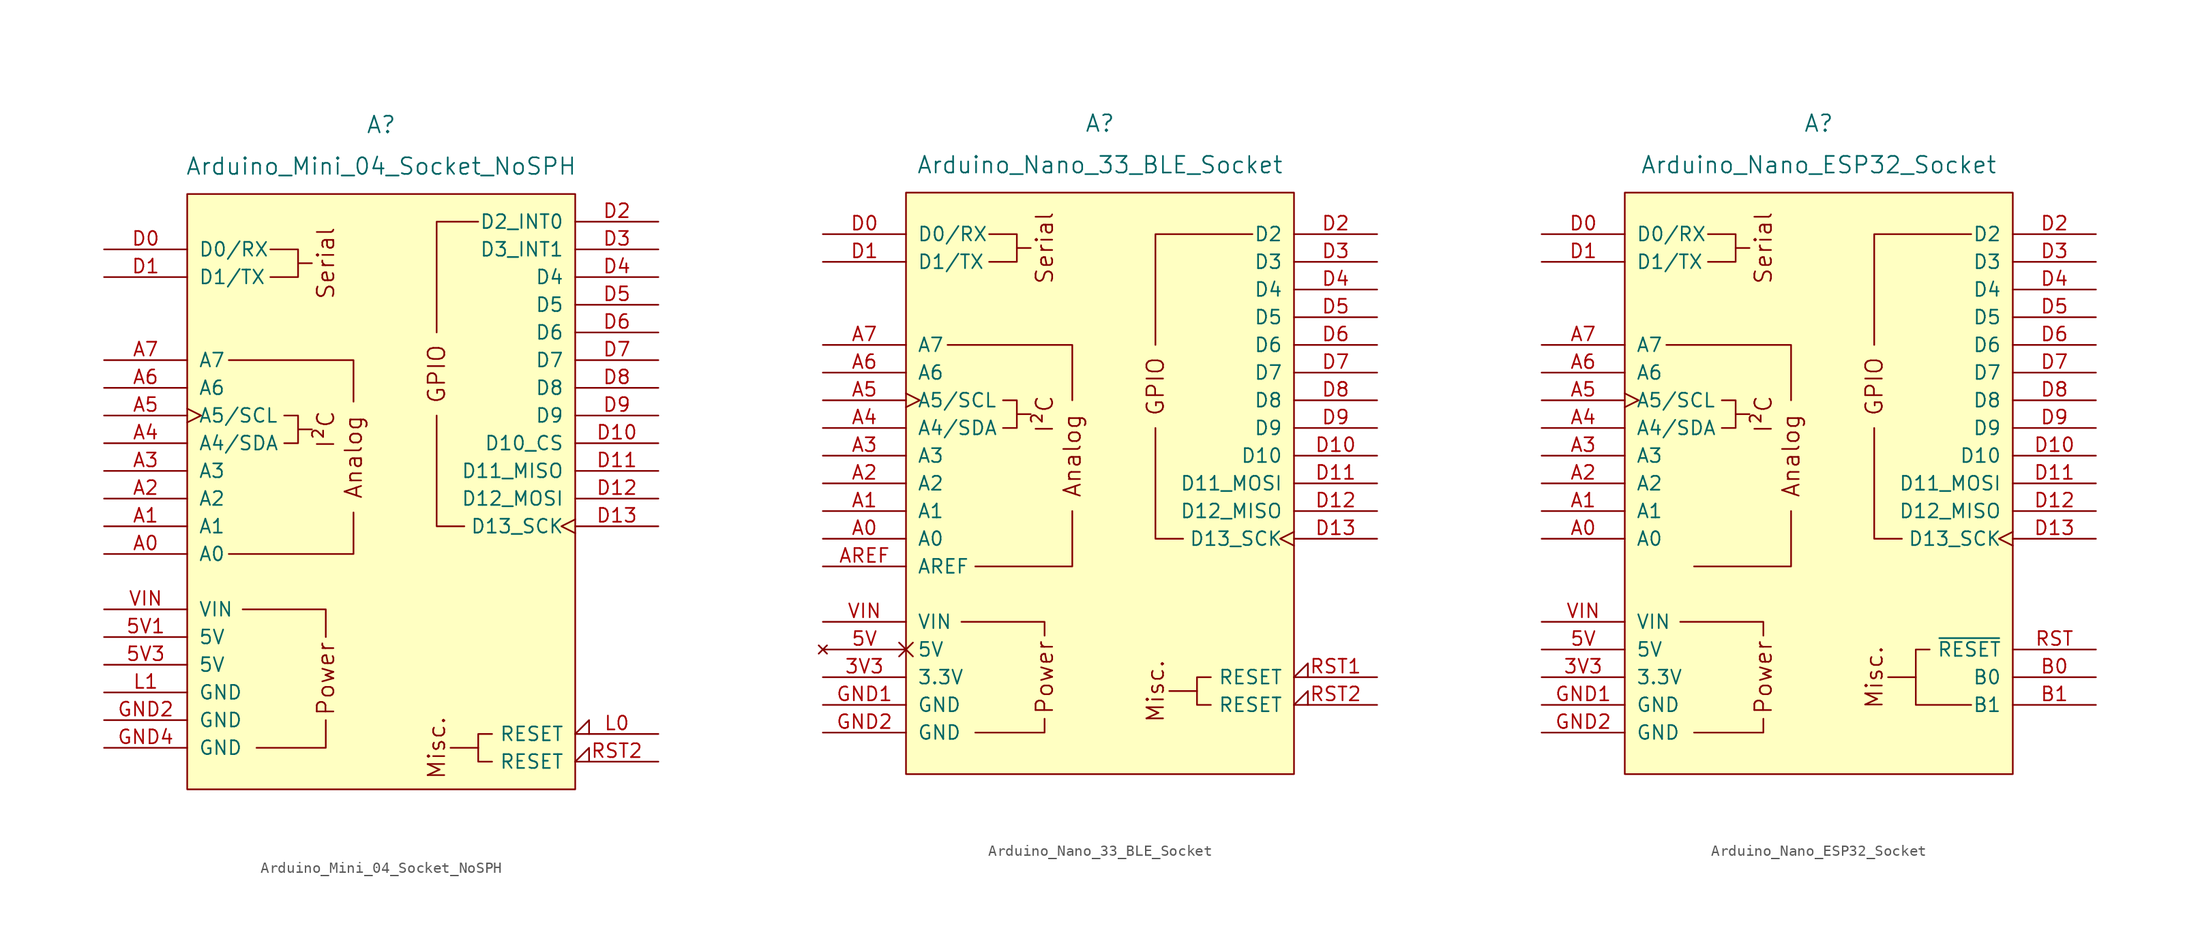
<source format=kicad_sym>
(kicad_symbol_lib
  (version 20211014)
  (generator kicad_symbol_editor)
  (symbol "Arduino_Mini_04_Socket_NoSPH"
    (pin_names
      (offset 1.016))
    (property "Reference" "A"
      (at 0 34.29 0)
      (effects (font (size 1.524 1.524))))
    (property "Value" "Arduino_Mini_04_Socket_NoSPH"
      (at 0 30.48 0)
      (effects (font (size 1.524 1.524))))
    (symbol "Arduino_Mini_04_Socket_NoSPH_0_0"
      (rectangle (start -17.78 27.94) (end 17.78 -26.67) (stroke (width 0) (type default) (color 0 0 0 0)) (fill (type background)))
      (polyline (pts (xy -7.62 6.35) (xy -6.35 6.35)) (stroke (width 0) (type default) (color 0 0 0 0)) (fill (type none)))
      (polyline (pts (xy -7.62 21.59) (xy -6.35 21.59)) (stroke (width 0) (type default) (color 0 0 0 0)) (fill (type none)))
      (polyline (pts (xy 8.89 -22.86) (xy 6.35 -22.86)) (stroke (width 0) (type default) (color 0 0 0 0)) (fill (type none)))
      (polyline (pts (xy -11.43 -22.86) (xy -5.08 -22.86) (xy -5.08 -20.32)) (stroke (width 0) (type default) (color 0 0 0 0)) (fill (type none)))
      (polyline (pts (xy -5.08 -12.7) (xy -5.08 -10.16) (xy -12.7 -10.16)) (stroke (width 0) (type default) (color 0 0 0 0)) (fill (type none)))
      (polyline (pts (xy -2.54 -1.27) (xy -2.54 -5.08) (xy -13.97 -5.08)) (stroke (width 0) (type default) (color 0 0 0 0)) (fill (type none)))
      (polyline (pts (xy -2.54 8.89) (xy -2.54 12.7) (xy -13.97 12.7)) (stroke (width 0) (type default) (color 0 0 0 0)) (fill (type none)))
      (polyline (pts (xy -10.16 22.86) (xy -7.62 22.86) (xy -7.62 20.32) (xy -10.16 20.32)) (stroke (width 0) (type default) (color 0 0 0 0)) (fill (type none)))
      (polyline (pts (xy -8.89 7.62) (xy -7.62 7.62) (xy -7.62 5.08) (xy -8.89 5.08)) (stroke (width 0) (type default) (color 0 0 0 0)) (fill (type none)))
      (text "Analog" (at -2.54 3.81 900) (effects (font (size 1.524 1.524))))
      (text "I²C" (at -5.08 6.35 900) (effects (font (size 1.524 1.524))))
      (text "Misc." (at 5.08 -22.86 900) (effects (font (size 1.524 1.524))))
      (text "Power" (at -5.08 -16.51 900) (effects (font (size 1.524 1.524))))
      (text "Serial" (at -5.08 21.59 900) (effects (font (size 1.524 1.524)))))
    (symbol "Arduino_Mini_04_Socket_NoSPH_0_1"
      (polyline (pts (xy 7.62 -2.54) (xy 5.08 -2.54) (xy 5.08 7.62)) (stroke (width 0) (type default) (color 0 0 0 0)) (fill (type none)))
      (polyline (pts (xy 8.89 25.4) (xy 5.08 25.4) (xy 5.08 15.24)) (stroke (width 0) (type default) (color 0 0 0 0)) (fill (type none)))
      (polyline (pts (xy 10.16 -21.59) (xy 8.89 -21.59) (xy 8.89 -24.13) (xy 10.16 -24.13)) (stroke (width 0) (type default) (color 0 0 0 0)) (fill (type none))))
    (symbol "Arduino_Mini_04_Socket_NoSPH_1_0"
      (text "GPIO" (at 5.08 11.43 900) (effects (font (size 1.524 1.524)))))
    (symbol "Arduino_Mini_04_Socket_NoSPH_1_1"
      (pin power_in line (at -25.4 -12.7 0) (length 7.62) (name "5V" (effects (font (size 1.27 1.27)))) (number "5V1" (effects (font (size 1.27 1.27)))))
      (pin power_in line (at -25.4 -15.24 0) (length 7.62) (name "5V" (effects (font (size 1.27 1.27)))) (number "5V3" (effects (font (size 1.27 1.27)))))
      (pin bidirectional line (at -25.4 -5.08 0) (length 7.62) (name "A0" (effects (font (size 1.27 1.27)))) (number "A0" (effects (font (size 1.27 1.27)))))
      (pin bidirectional line (at -25.4 -2.54 0) (length 7.62) (name "A1" (effects (font (size 1.27 1.27)))) (number "A1" (effects (font (size 1.27 1.27)))))
      (pin bidirectional line (at -25.4 0 0) (length 7.62) (name "A2" (effects (font (size 1.27 1.27)))) (number "A2" (effects (font (size 1.27 1.27)))))
      (pin bidirectional line (at -25.4 2.54 0) (length 7.62) (name "A3" (effects (font (size 1.27 1.27)))) (number "A3" (effects (font (size 1.27 1.27)))))
      (pin bidirectional line (at -25.4 5.08 0) (length 7.62) (name "A4/SDA" (effects (font (size 1.27 1.27)))) (number "A4" (effects (font (size 1.27 1.27)))))
      (pin bidirectional clock (at -25.4 7.62 0) (length 7.62) (name "A5/SCL" (effects (font (size 1.27 1.27)))) (number "A5" (effects (font (size 1.27 1.27)))))
      (pin input line (at -25.4 10.16 0) (length 7.62) (name "A6" (effects (font (size 1.27 1.27)))) (number "A6" (effects (font (size 1.27 1.27)))))
      (pin input line (at -25.4 12.7 0) (length 7.62) (name "A7" (effects (font (size 1.27 1.27)))) (number "A7" (effects (font (size 1.27 1.27)))))
      (pin bidirectional line (at -25.4 22.86 0) (length 7.62) (name "D0/RX" (effects (font (size 1.27 1.27)))) (number "D0" (effects (font (size 1.27 1.27)))))
      (pin bidirectional line (at -25.4 20.32 0) (length 7.62) (name "D1/TX" (effects (font (size 1.27 1.27)))) (number "D1" (effects (font (size 1.27 1.27)))))
      (pin bidirectional line (at 25.4 5.08 180) (length 7.62) (name "D10_CS" (effects (font (size 1.27 1.27)))) (number "D10" (effects (font (size 1.27 1.27)))))
      (pin bidirectional line (at 25.4 2.54 180) (length 7.62) (name "D11_MISO" (effects (font (size 1.27 1.27)))) (number "D11" (effects (font (size 1.27 1.27)))))
      (pin bidirectional line (at 25.4 0 180) (length 7.62) (name "D12_MOSI" (effects (font (size 1.27 1.27)))) (number "D12" (effects (font (size 1.27 1.27)))))
      (pin bidirectional clock (at 25.4 -2.54 180) (length 7.62) (name "D13_SCK" (effects (font (size 1.27 1.27)))) (number "D13" (effects (font (size 1.27 1.27)))))
      (pin bidirectional line (at 25.4 25.4 180) (length 7.62) (name "D2_INT0" (effects (font (size 1.27 1.27)))) (number "D2" (effects (font (size 1.27 1.27)))))
      (pin bidirectional line (at 25.4 22.86 180) (length 7.62) (name "D3_INT1" (effects (font (size 1.27 1.27)))) (number "D3" (effects (font (size 1.27 1.27)))))
      (pin bidirectional line (at 25.4 20.32 180) (length 7.62) (name "D4" (effects (font (size 1.27 1.27)))) (number "D4" (effects (font (size 1.27 1.27)))))
      (pin bidirectional line (at 25.4 17.78 180) (length 7.62) (name "D5" (effects (font (size 1.27 1.27)))) (number "D5" (effects (font (size 1.27 1.27)))))
      (pin bidirectional line (at 25.4 15.24 180) (length 7.62) (name "D6" (effects (font (size 1.27 1.27)))) (number "D6" (effects (font (size 1.27 1.27)))))
      (pin bidirectional line (at 25.4 12.7 180) (length 7.62) (name "D7" (effects (font (size 1.27 1.27)))) (number "D7" (effects (font (size 1.27 1.27)))))
      (pin bidirectional line (at 25.4 10.16 180) (length 7.62) (name "D8" (effects (font (size 1.27 1.27)))) (number "D8" (effects (font (size 1.27 1.27)))))
      (pin bidirectional line (at 25.4 7.62 180) (length 7.62) (name "D9" (effects (font (size 1.27 1.27)))) (number "D9" (effects (font (size 1.27 1.27)))))
      (pin power_in line (at -25.4 -20.32 0) (length 7.62) (name "GND" (effects (font (size 1.27 1.27)))) (number "GND2" (effects (font (size 1.27 1.27)))))
      (pin power_in line (at -25.4 -22.86 0) (length 7.62) (name "GND" (effects (font (size 1.27 1.27)))) (number "GND4" (effects (font (size 1.27 1.27)))))
      (pin open_collector input_low (at 25.4 -21.59 180) (length 7.62) (name "RESET" (effects (font (size 1.27 1.27)))) (number "L0" (effects (font (size 1.27 1.27)))))
      (pin power_in line (at -25.4 -17.78 0) (length 7.62) (name "GND" (effects (font (size 1.27 1.27)))) (number "L1" (effects (font (size 1.27 1.27)))))
      (pin open_collector input_low (at 25.4 -24.13 180) (length 7.62) (name "RESET" (effects (font (size 1.27 1.27)))) (number "RST2" (effects (font (size 1.27 1.27)))))
      (pin power_in line (at -25.4 -10.16 0) (length 7.62) (name "VIN" (effects (font (size 1.27 1.27)))) (number "VIN" (effects (font (size 1.27 1.27)))))))
  (symbol "Arduino_Nano_33_BLE_Socket"
    (pin_names
      (offset 1.016))
    (property "Reference" "A"
      (at 0 33.02 0)
      (effects (font (size 1.524 1.524))))
    (property "Value" "Arduino_Nano_33_BLE_Socket"
      (at 0 29.21 0)
      (effects (font (size 1.524 1.524))))
    (symbol "Arduino_Nano_33_BLE_Socket_0_0"
      (rectangle (start -17.78 26.67) (end 17.78 -26.67) (stroke (width 0) (type default) (color 0 0 0 0)) (fill (type background)))
      (polyline (pts (xy -7.62 6.35) (xy -6.35 6.35)) (stroke (width 0) (type default) (color 0 0 0 0)) (fill (type none)))
      (polyline (pts (xy -7.62 21.59) (xy -6.35 21.59)) (stroke (width 0) (type default) (color 0 0 0 0)) (fill (type none)))
      (polyline (pts (xy 8.89 -19.05) (xy 6.35 -19.05)) (stroke (width 0) (type default) (color 0 0 0 0)) (fill (type none)))
      (polyline (pts (xy -11.43 -22.86) (xy -5.08 -22.86) (xy -5.08 -21.59)) (stroke (width 0) (type default) (color 0 0 0 0)) (fill (type none)))
      (polyline (pts (xy -5.08 -13.97) (xy -5.08 -12.7) (xy -12.7 -12.7)) (stroke (width 0) (type default) (color 0 0 0 0)) (fill (type none)))
      (polyline (pts (xy -10.16 22.86) (xy -7.62 22.86) (xy -7.62 20.32) (xy -10.16 20.32)) (stroke (width 0) (type default) (color 0 0 0 0)) (fill (type none)))
      (polyline (pts (xy -8.89 7.62) (xy -7.62 7.62) (xy -7.62 5.08) (xy -8.89 5.08)) (stroke (width 0) (type default) (color 0 0 0 0)) (fill (type none)))
      (text "Analog" (at -2.54 2.54 900) (effects (font (size 1.524 1.524))))
      (text "I²C" (at -5.08 6.35 900) (effects (font (size 1.524 1.524))))
      (text "Misc." (at 5.08 -19.05 900) (effects (font (size 1.524 1.524))))
      (text "Power" (at -5.08 -17.78 900) (effects (font (size 1.524 1.524))))
      (text "Serial" (at -5.08 21.59 900) (effects (font (size 1.524 1.524)))))
    (symbol "Arduino_Nano_33_BLE_Socket_0_1"
      (polyline (pts (xy -13.97 12.7) (xy -2.54 12.7) (xy -2.54 7.62)) (stroke (width 0) (type default) (color 0 0 0 0)) (fill (type none)))
      (polyline (pts (xy -11.43 -7.62) (xy -2.54 -7.62) (xy -2.54 -2.54)) (stroke (width 0) (type default) (color 0 0 0 0)) (fill (type none)))
      (polyline (pts (xy 7.62 -5.08) (xy 5.08 -5.08) (xy 5.08 5.08)) (stroke (width 0) (type default) (color 0 0 0 0)) (fill (type none)))
      (polyline (pts (xy 13.97 22.86) (xy 5.08 22.86) (xy 5.08 12.7)) (stroke (width 0) (type default) (color 0 0 0 0)) (fill (type none)))
      (polyline (pts (xy 10.16 -17.78) (xy 8.89 -17.78) (xy 8.89 -20.32) (xy 10.16 -20.32)) (stroke (width 0) (type default) (color 0 0 0 0)) (fill (type none))))
    (symbol "Arduino_Nano_33_BLE_Socket_1_0"
      (text "GPIO" (at 5.08 8.89 900) (effects (font (size 1.524 1.524)))))
    (symbol "Arduino_Nano_33_BLE_Socket_1_1"
      (pin power_in line (at -25.4 -17.78 0) (length 7.62) (name "3.3V" (effects (font (size 1.27 1.27)))) (number "3V3" (effects (font (size 1.27 1.27)))))
      (pin no_connect non_logic (at -25.4 -15.24 0) (length 7.62) (name "5V" (effects (font (size 1.27 1.27)))) (number "5V" (effects (font (size 1.27 1.27)))))
      (pin bidirectional line (at -25.4 -5.08 0) (length 7.62) (name "A0" (effects (font (size 1.27 1.27)))) (number "A0" (effects (font (size 1.27 1.27)))))
      (pin bidirectional line (at -25.4 -2.54 0) (length 7.62) (name "A1" (effects (font (size 1.27 1.27)))) (number "A1" (effects (font (size 1.27 1.27)))))
      (pin bidirectional line (at -25.4 0 0) (length 7.62) (name "A2" (effects (font (size 1.27 1.27)))) (number "A2" (effects (font (size 1.27 1.27)))))
      (pin bidirectional line (at -25.4 2.54 0) (length 7.62) (name "A3" (effects (font (size 1.27 1.27)))) (number "A3" (effects (font (size 1.27 1.27)))))
      (pin bidirectional line (at -25.4 5.08 0) (length 7.62) (name "A4/SDA" (effects (font (size 1.27 1.27)))) (number "A4" (effects (font (size 1.27 1.27)))))
      (pin bidirectional clock (at -25.4 7.62 0) (length 7.62) (name "A5/SCL" (effects (font (size 1.27 1.27)))) (number "A5" (effects (font (size 1.27 1.27)))))
      (pin input line (at -25.4 10.16 0) (length 7.62) (name "A6" (effects (font (size 1.27 1.27)))) (number "A6" (effects (font (size 1.27 1.27)))))
      (pin input line (at -25.4 12.7 0) (length 7.62) (name "A7" (effects (font (size 1.27 1.27)))) (number "A7" (effects (font (size 1.27 1.27)))))
      (pin input line (at -25.4 -7.62 0) (length 7.62) (name "AREF" (effects (font (size 1.27 1.27)))) (number "AREF" (effects (font (size 1.27 1.27)))))
      (pin bidirectional line (at -25.4 22.86 0) (length 7.62) (name "D0/RX" (effects (font (size 1.27 1.27)))) (number "D0" (effects (font (size 1.27 1.27)))))
      (pin bidirectional line (at -25.4 20.32 0) (length 7.62) (name "D1/TX" (effects (font (size 1.27 1.27)))) (number "D1" (effects (font (size 1.27 1.27)))))
      (pin bidirectional line (at 25.4 2.54 180) (length 7.62) (name "D10" (effects (font (size 1.27 1.27)))) (number "D10" (effects (font (size 1.27 1.27)))))
      (pin bidirectional line (at 25.4 0 180) (length 7.62) (name "D11_MOSI" (effects (font (size 1.27 1.27)))) (number "D11" (effects (font (size 1.27 1.27)))))
      (pin bidirectional line (at 25.4 -2.54 180) (length 7.62) (name "D12_MISO" (effects (font (size 1.27 1.27)))) (number "D12" (effects (font (size 1.27 1.27)))))
      (pin bidirectional clock (at 25.4 -5.08 180) (length 7.62) (name "D13_SCK" (effects (font (size 1.27 1.27)))) (number "D13" (effects (font (size 1.27 1.27)))))
      (pin bidirectional line (at 25.4 22.86 180) (length 7.62) (name "D2" (effects (font (size 1.27 1.27)))) (number "D2" (effects (font (size 1.27 1.27)))))
      (pin bidirectional line (at 25.4 20.32 180) (length 7.62) (name "D3" (effects (font (size 1.27 1.27)))) (number "D3" (effects (font (size 1.27 1.27)))))
      (pin bidirectional line (at 25.4 17.78 180) (length 7.62) (name "D4" (effects (font (size 1.27 1.27)))) (number "D4" (effects (font (size 1.27 1.27)))))
      (pin bidirectional line (at 25.4 15.24 180) (length 7.62) (name "D5" (effects (font (size 1.27 1.27)))) (number "D5" (effects (font (size 1.27 1.27)))))
      (pin bidirectional line (at 25.4 12.7 180) (length 7.62) (name "D6" (effects (font (size 1.27 1.27)))) (number "D6" (effects (font (size 1.27 1.27)))))
      (pin bidirectional line (at 25.4 10.16 180) (length 7.62) (name "D7" (effects (font (size 1.27 1.27)))) (number "D7" (effects (font (size 1.27 1.27)))))
      (pin bidirectional line (at 25.4 7.62 180) (length 7.62) (name "D8" (effects (font (size 1.27 1.27)))) (number "D8" (effects (font (size 1.27 1.27)))))
      (pin bidirectional line (at 25.4 5.08 180) (length 7.62) (name "D9" (effects (font (size 1.27 1.27)))) (number "D9" (effects (font (size 1.27 1.27)))))
      (pin power_in line (at -25.4 -20.32 0) (length 7.62) (name "GND" (effects (font (size 1.27 1.27)))) (number "GND1" (effects (font (size 1.27 1.27)))))
      (pin power_in line (at -25.4 -22.86 0) (length 7.62) (name "GND" (effects (font (size 1.27 1.27)))) (number "GND2" (effects (font (size 1.27 1.27)))))
      (pin open_collector input_low (at 25.4 -17.78 180) (length 7.62) (name "RESET" (effects (font (size 1.27 1.27)))) (number "RST1" (effects (font (size 1.27 1.27)))))
      (pin open_collector input_low (at 25.4 -20.32 180) (length 7.62) (name "RESET" (effects (font (size 1.27 1.27)))) (number "RST2" (effects (font (size 1.27 1.27)))))
      (pin power_in line (at -25.4 -12.7 0) (length 7.62) (name "VIN" (effects (font (size 1.27 1.27)))) (number "VIN" (effects (font (size 1.27 1.27)))))))
  (symbol "Arduino_Nano_ESP32_Socket"
    (pin_names
      (offset 1.016))
    (property "Reference" "A"
      (at 0 33.02 0)
      (effects (font (size 1.524 1.524))))
    (property "Value" "Arduino_Nano_ESP32_Socket"
      (at 0 29.21 0)
      (effects (font (size 1.524 1.524))))
    (symbol "Arduino_Nano_ESP32_Socket_0_0"
      (rectangle (start -17.78 26.67) (end 17.78 -26.67) (stroke (width 0) (type default) (color 0 0 0 0)) (fill (type background)))
      (polyline (pts (xy -7.62 6.35) (xy -6.35 6.35)) (stroke (width 0) (type default) (color 0 0 0 0)) (fill (type none)))
      (polyline (pts (xy -7.62 21.59) (xy -6.35 21.59)) (stroke (width 0) (type default) (color 0 0 0 0)) (fill (type none)))
      (polyline (pts (xy 8.89 -17.78) (xy 6.35 -17.78)) (stroke (width 0) (type default) (color 0 0 0 0)) (fill (type none)))
      (polyline (pts (xy -11.43 -22.86) (xy -5.08 -22.86) (xy -5.08 -21.59)) (stroke (width 0) (type default) (color 0 0 0 0)) (fill (type none)))
      (polyline (pts (xy -5.08 -13.97) (xy -5.08 -12.7) (xy -12.7 -12.7)) (stroke (width 0) (type default) (color 0 0 0 0)) (fill (type none)))
      (polyline (pts (xy -10.16 22.86) (xy -7.62 22.86) (xy -7.62 20.32) (xy -10.16 20.32)) (stroke (width 0) (type default) (color 0 0 0 0)) (fill (type none)))
      (polyline (pts (xy -8.89 7.62) (xy -7.62 7.62) (xy -7.62 5.08) (xy -8.89 5.08)) (stroke (width 0) (type default) (color 0 0 0 0)) (fill (type none)))
      (text "Analog" (at -2.54 2.54 900) (effects (font (size 1.524 1.524))))
      (text "I²C" (at -5.08 6.35 900) (effects (font (size 1.524 1.524))))
      (text "Misc." (at 5.08 -17.78 900) (effects (font (size 1.524 1.524))))
      (text "Power" (at -5.08 -17.78 900) (effects (font (size 1.524 1.524))))
      (text "Serial" (at -5.08 21.59 900) (effects (font (size 1.524 1.524)))))
    (symbol "Arduino_Nano_ESP32_Socket_0_1"
      (polyline (pts (xy -13.97 12.7) (xy -2.54 12.7) (xy -2.54 7.62)) (stroke (width 0) (type default) (color 0 0 0 0)) (fill (type none)))
      (polyline (pts (xy -11.43 -7.62) (xy -2.54 -7.62) (xy -2.54 -2.54)) (stroke (width 0) (type default) (color 0 0 0 0)) (fill (type none)))
      (polyline (pts (xy 7.62 -5.08) (xy 5.08 -5.08) (xy 5.08 5.08)) (stroke (width 0) (type default) (color 0 0 0 0)) (fill (type none)))
      (polyline (pts (xy 13.97 22.86) (xy 5.08 22.86) (xy 5.08 12.7)) (stroke (width 0) (type default) (color 0 0 0 0)) (fill (type none)))
      (polyline (pts (xy 10.16 -15.24) (xy 8.89 -15.24) (xy 8.89 -20.32) (xy 13.97 -20.32)) (stroke (width 0) (type default) (color 0 0 0 0)) (fill (type none))))
    (symbol "Arduino_Nano_ESP32_Socket_1_0"
      (text "GPIO" (at 5.08 8.89 900) (effects (font (size 1.524 1.524)))))
    (symbol "Arduino_Nano_ESP32_Socket_1_1"
      (pin power_out line (at -25.4 -17.78 0) (length 7.62) (name "3.3V" (effects (font (size 1.27 1.27)))) (number "3V3" (effects (font (size 1.27 1.27)))))
      (pin power_in line (at -25.4 -15.24 0) (length 7.62) (name "5V" (effects (font (size 1.27 1.27)))) (number "5V" (effects (font (size 1.27 1.27)))))
      (pin bidirectional line (at -25.4 -5.08 0) (length 7.62) (name "A0" (effects (font (size 1.27 1.27)))) (number "A0" (effects (font (size 1.27 1.27)))))
      (pin bidirectional line (at -25.4 -2.54 0) (length 7.62) (name "A1" (effects (font (size 1.27 1.27)))) (number "A1" (effects (font (size 1.27 1.27)))))
      (pin bidirectional line (at -25.4 0 0) (length 7.62) (name "A2" (effects (font (size 1.27 1.27)))) (number "A2" (effects (font (size 1.27 1.27)))))
      (pin bidirectional line (at -25.4 2.54 0) (length 7.62) (name "A3" (effects (font (size 1.27 1.27)))) (number "A3" (effects (font (size 1.27 1.27)))))
      (pin bidirectional line (at -25.4 5.08 0) (length 7.62) (name "A4/SDA" (effects (font (size 1.27 1.27)))) (number "A4" (effects (font (size 1.27 1.27)))))
      (pin bidirectional clock (at -25.4 7.62 0) (length 7.62) (name "A5/SCL" (effects (font (size 1.27 1.27)))) (number "A5" (effects (font (size 1.27 1.27)))))
      (pin input line (at -25.4 10.16 0) (length 7.62) (name "A6" (effects (font (size 1.27 1.27)))) (number "A6" (effects (font (size 1.27 1.27)))))
      (pin input line (at -25.4 12.7 0) (length 7.62) (name "A7" (effects (font (size 1.27 1.27)))) (number "A7" (effects (font (size 1.27 1.27)))))
      (pin bidirectional line (at 25.4 -17.78 180) (length 7.62) (name "B0" (effects (font (size 1.27 1.27)))) (number "B0" (effects (font (size 1.27 1.27)))))
      (pin bidirectional line (at 25.4 -20.32 180) (length 7.62) (name "B1" (effects (font (size 1.27 1.27)))) (number "B1" (effects (font (size 1.27 1.27)))))
      (pin bidirectional line (at -25.4 22.86 0) (length 7.62) (name "D0/RX" (effects (font (size 1.27 1.27)))) (number "D0" (effects (font (size 1.27 1.27)))))
      (pin bidirectional line (at -25.4 20.32 0) (length 7.62) (name "D1/TX" (effects (font (size 1.27 1.27)))) (number "D1" (effects (font (size 1.27 1.27)))))
      (pin bidirectional line (at 25.4 2.54 180) (length 7.62) (name "D10" (effects (font (size 1.27 1.27)))) (number "D10" (effects (font (size 1.27 1.27)))))
      (pin bidirectional line (at 25.4 0 180) (length 7.62) (name "D11_MOSI" (effects (font (size 1.27 1.27)))) (number "D11" (effects (font (size 1.27 1.27)))))
      (pin bidirectional line (at 25.4 -2.54 180) (length 7.62) (name "D12_MISO" (effects (font (size 1.27 1.27)))) (number "D12" (effects (font (size 1.27 1.27)))))
      (pin bidirectional clock (at 25.4 -5.08 180) (length 7.62) (name "D13_SCK" (effects (font (size 1.27 1.27)))) (number "D13" (effects (font (size 1.27 1.27)))))
      (pin bidirectional line (at 25.4 22.86 180) (length 7.62) (name "D2" (effects (font (size 1.27 1.27)))) (number "D2" (effects (font (size 1.27 1.27)))))
      (pin bidirectional line (at 25.4 20.32 180) (length 7.62) (name "D3" (effects (font (size 1.27 1.27)))) (number "D3" (effects (font (size 1.27 1.27)))))
      (pin bidirectional line (at 25.4 17.78 180) (length 7.62) (name "D4" (effects (font (size 1.27 1.27)))) (number "D4" (effects (font (size 1.27 1.27)))))
      (pin bidirectional line (at 25.4 15.24 180) (length 7.62) (name "D5" (effects (font (size 1.27 1.27)))) (number "D5" (effects (font (size 1.27 1.27)))))
      (pin bidirectional line (at 25.4 12.7 180) (length 7.62) (name "D6" (effects (font (size 1.27 1.27)))) (number "D6" (effects (font (size 1.27 1.27)))))
      (pin bidirectional line (at 25.4 10.16 180) (length 7.62) (name "D7" (effects (font (size 1.27 1.27)))) (number "D7" (effects (font (size 1.27 1.27)))))
      (pin bidirectional line (at 25.4 7.62 180) (length 7.62) (name "D8" (effects (font (size 1.27 1.27)))) (number "D8" (effects (font (size 1.27 1.27)))))
      (pin bidirectional line (at 25.4 5.08 180) (length 7.62) (name "D9" (effects (font (size 1.27 1.27)))) (number "D9" (effects (font (size 1.27 1.27)))))
      (pin power_in line (at -25.4 -20.32 0) (length 7.62) (name "GND" (effects (font (size 1.27 1.27)))) (number "GND1" (effects (font (size 1.27 1.27)))))
      (pin power_in line (at -25.4 -22.86 0) (length 7.62) (name "GND" (effects (font (size 1.27 1.27)))) (number "GND2" (effects (font (size 1.27 1.27)))))
      (pin open_collector line (at 25.4 -15.24 180) (length 7.62) (name "~{RESET}" (effects (font (size 1.27 1.27)))) (number "RST" (effects (font (size 1.27 1.27)))))
      (pin power_in line (at -25.4 -12.7 0) (length 7.62) (name "VIN" (effects (font (size 1.27 1.27)))) (number "VIN" (effects (font (size 1.27 1.27))))))))
</source>
